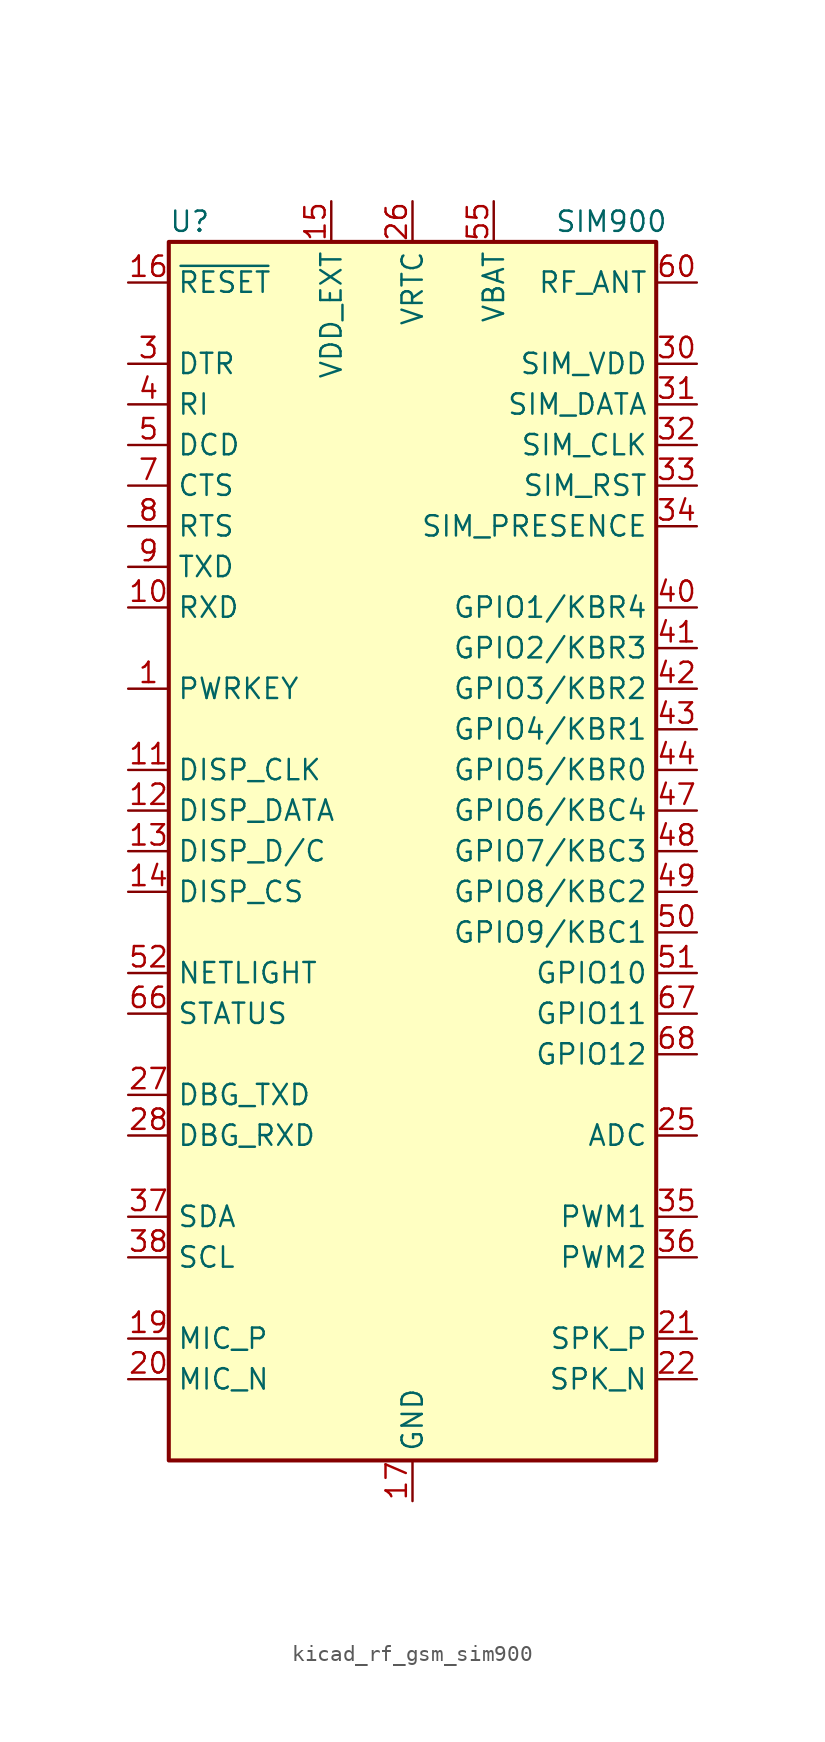
<source format=kicad_sym>
(kicad_symbol_lib
  (version 20220914)
  (generator kicad_symbol_editor)
  (symbol "kicad_rf_gsm_sim900"
    (property "Reference" "U"
      (at -15.24 39.37 0)
      (effects (font (size 1.27 1.27)) (justify left)))
    (property "Value" "SIM900"
      (at 8.89 39.37 0)
      (effects (font (size 1.27 1.27)) (justify left)))
    (symbol "kicad_rf_gsm_sim900_0_1"
      (rectangle (start -15.24 38.1) (end 15.24 -38.1) (stroke (width 0.254) (type default)) (fill (type background))))
    (symbol "kicad_rf_gsm_sim900_1_1"
      (pin input line (at -17.78 10.16 0) (length 2.54) (name "PWRKEY" (effects (font (size 1.27 1.27)))) (number "1" (effects (font (size 1.27 1.27)))))
      (pin input line (at -17.78 15.24 0) (length 2.54) (name "RXD" (effects (font (size 1.27 1.27)))) (number "10" (effects (font (size 1.27 1.27)))))
      (pin output line (at -17.78 5.08 0) (length 2.54) (name "DISP_CLK" (effects (font (size 1.27 1.27)))) (number "11" (effects (font (size 1.27 1.27)))))
      (pin bidirectional line (at -17.78 2.54 0) (length 2.54) (name "DISP_DATA" (effects (font (size 1.27 1.27)))) (number "12" (effects (font (size 1.27 1.27)))))
      (pin output line (at -17.78 0 0) (length 2.54) (name "DISP_D/C" (effects (font (size 1.27 1.27)))) (number "13" (effects (font (size 1.27 1.27)))))
      (pin output line (at -17.78 -2.54 0) (length 2.54) (name "DISP_CS" (effects (font (size 1.27 1.27)))) (number "14" (effects (font (size 1.27 1.27)))))
      (pin power_out line (at -5.08 40.64 270) (length 2.54) (name "VDD_EXT" (effects (font (size 1.27 1.27)))) (number "15" (effects (font (size 1.27 1.27)))))
      (pin input line (at -17.78 35.56 0) (length 2.54) (name "~{RESET}" (effects (font (size 1.27 1.27)))) (number "16" (effects (font (size 1.27 1.27)))))
      (pin power_in line (at 0 -40.64 90) (length 2.54) (name "GND" (effects (font (size 1.27 1.27)))) (number "17" (effects (font (size 1.27 1.27)))))
      (pin passive line (at 0 -40.64 90) (length 2.54) hide (name "GND" (effects (font (size 1.27 1.27)))) (number "18" (effects (font (size 1.27 1.27)))))
      (pin input line (at -17.78 -30.48 0) (length 2.54) (name "MIC_P" (effects (font (size 1.27 1.27)))) (number "19" (effects (font (size 1.27 1.27)))))
      (pin no_connect line (at 15.24 33.02 180) (length 2.54) hide (name "NC" (effects (font (size 1.27 1.27)))) (number "2" (effects (font (size 1.27 1.27)))))
      (pin input line (at -17.78 -33.02 0) (length 2.54) (name "MIC_N" (effects (font (size 1.27 1.27)))) (number "20" (effects (font (size 1.27 1.27)))))
      (pin output line (at 17.78 -30.48 180) (length 2.54) (name "SPK_P" (effects (font (size 1.27 1.27)))) (number "21" (effects (font (size 1.27 1.27)))))
      (pin output line (at 17.78 -33.02 180) (length 2.54) (name "SPK_N" (effects (font (size 1.27 1.27)))) (number "22" (effects (font (size 1.27 1.27)))))
      (pin no_connect line (at 15.24 -15.24 180) (length 2.54) hide (name "NC" (effects (font (size 1.27 1.27)))) (number "23" (effects (font (size 1.27 1.27)))))
      (pin no_connect line (at 15.24 -27.94 180) (length 2.54) hide (name "NC" (effects (font (size 1.27 1.27)))) (number "24" (effects (font (size 1.27 1.27)))))
      (pin input line (at 17.78 -17.78 180) (length 2.54) (name "ADC" (effects (font (size 1.27 1.27)))) (number "25" (effects (font (size 1.27 1.27)))))
      (pin power_in line (at 0 40.64 270) (length 2.54) (name "VRTC" (effects (font (size 1.27 1.27)))) (number "26" (effects (font (size 1.27 1.27)))))
      (pin output line (at -17.78 -15.24 0) (length 2.54) (name "DBG_TXD" (effects (font (size 1.27 1.27)))) (number "27" (effects (font (size 1.27 1.27)))))
      (pin input line (at -17.78 -17.78 0) (length 2.54) (name "DBG_RXD" (effects (font (size 1.27 1.27)))) (number "28" (effects (font (size 1.27 1.27)))))
      (pin passive line (at 0 -40.64 90) (length 2.54) hide (name "GND" (effects (font (size 1.27 1.27)))) (number "29" (effects (font (size 1.27 1.27)))))
      (pin input line (at -17.78 30.48 0) (length 2.54) (name "DTR" (effects (font (size 1.27 1.27)))) (number "3" (effects (font (size 1.27 1.27)))))
      (pin power_out line (at 17.78 30.48 180) (length 2.54) (name "SIM_VDD" (effects (font (size 1.27 1.27)))) (number "30" (effects (font (size 1.27 1.27)))))
      (pin bidirectional line (at 17.78 27.94 180) (length 2.54) (name "SIM_DATA" (effects (font (size 1.27 1.27)))) (number "31" (effects (font (size 1.27 1.27)))))
      (pin output line (at 17.78 25.4 180) (length 2.54) (name "SIM_CLK" (effects (font (size 1.27 1.27)))) (number "32" (effects (font (size 1.27 1.27)))))
      (pin output line (at 17.78 22.86 180) (length 2.54) (name "SIM_RST" (effects (font (size 1.27 1.27)))) (number "33" (effects (font (size 1.27 1.27)))))
      (pin input line (at 17.78 20.32 180) (length 2.54) (name "SIM_PRESENCE" (effects (font (size 1.27 1.27)))) (number "34" (effects (font (size 1.27 1.27)))))
      (pin output line (at 17.78 -22.86 180) (length 2.54) (name "PWM1" (effects (font (size 1.27 1.27)))) (number "35" (effects (font (size 1.27 1.27)))))
      (pin output line (at 17.78 -25.4 180) (length 2.54) (name "PWM2" (effects (font (size 1.27 1.27)))) (number "36" (effects (font (size 1.27 1.27)))))
      (pin bidirectional line (at -17.78 -22.86 0) (length 2.54) (name "SDA" (effects (font (size 1.27 1.27)))) (number "37" (effects (font (size 1.27 1.27)))))
      (pin output line (at -17.78 -25.4 0) (length 2.54) (name "SCL" (effects (font (size 1.27 1.27)))) (number "38" (effects (font (size 1.27 1.27)))))
      (pin passive line (at 0 -40.64 90) (length 2.54) hide (name "GND" (effects (font (size 1.27 1.27)))) (number "39" (effects (font (size 1.27 1.27)))))
      (pin output line (at -17.78 27.94 0) (length 2.54) (name "RI" (effects (font (size 1.27 1.27)))) (number "4" (effects (font (size 1.27 1.27)))))
      (pin bidirectional line (at 17.78 15.24 180) (length 2.54) (name "GPIO1/KBR4" (effects (font (size 1.27 1.27)))) (number "40" (effects (font (size 1.27 1.27)))))
      (pin bidirectional line (at 17.78 12.7 180) (length 2.54) (name "GPIO2/KBR3" (effects (font (size 1.27 1.27)))) (number "41" (effects (font (size 1.27 1.27)))))
      (pin bidirectional line (at 17.78 10.16 180) (length 2.54) (name "GPIO3/KBR2" (effects (font (size 1.27 1.27)))) (number "42" (effects (font (size 1.27 1.27)))))
      (pin bidirectional line (at 17.78 7.62 180) (length 2.54) (name "GPIO4/KBR1" (effects (font (size 1.27 1.27)))) (number "43" (effects (font (size 1.27 1.27)))))
      (pin bidirectional line (at 17.78 5.08 180) (length 2.54) (name "GPIO5/KBR0" (effects (font (size 1.27 1.27)))) (number "44" (effects (font (size 1.27 1.27)))))
      (pin passive line (at 0 -40.64 90) (length 2.54) hide (name "GND" (effects (font (size 1.27 1.27)))) (number "45" (effects (font (size 1.27 1.27)))))
      (pin passive line (at 0 -40.64 90) (length 2.54) hide (name "GND" (effects (font (size 1.27 1.27)))) (number "46" (effects (font (size 1.27 1.27)))))
      (pin bidirectional line (at 17.78 2.54 180) (length 2.54) (name "GPIO6/KBC4" (effects (font (size 1.27 1.27)))) (number "47" (effects (font (size 1.27 1.27)))))
      (pin bidirectional line (at 17.78 0 180) (length 2.54) (name "GPIO7/KBC3" (effects (font (size 1.27 1.27)))) (number "48" (effects (font (size 1.27 1.27)))))
      (pin bidirectional line (at 17.78 -2.54 180) (length 2.54) (name "GPIO8/KBC2" (effects (font (size 1.27 1.27)))) (number "49" (effects (font (size 1.27 1.27)))))
      (pin output line (at -17.78 25.4 0) (length 2.54) (name "DCD" (effects (font (size 1.27 1.27)))) (number "5" (effects (font (size 1.27 1.27)))))
      (pin bidirectional line (at 17.78 -5.08 180) (length 2.54) (name "GPIO9/KBC1" (effects (font (size 1.27 1.27)))) (number "50" (effects (font (size 1.27 1.27)))))
      (pin bidirectional line (at 17.78 -7.62 180) (length 2.54) (name "GPIO10" (effects (font (size 1.27 1.27)))) (number "51" (effects (font (size 1.27 1.27)))))
      (pin output line (at -17.78 -7.62 0) (length 2.54) (name "NETLIGHT" (effects (font (size 1.27 1.27)))) (number "52" (effects (font (size 1.27 1.27)))))
      (pin passive line (at 0 -40.64 90) (length 2.54) hide (name "GND" (effects (font (size 1.27 1.27)))) (number "53" (effects (font (size 1.27 1.27)))))
      (pin passive line (at 0 -40.64 90) (length 2.54) hide (name "GND" (effects (font (size 1.27 1.27)))) (number "54" (effects (font (size 1.27 1.27)))))
      (pin power_in line (at 5.08 40.64 270) (length 2.54) (name "VBAT" (effects (font (size 1.27 1.27)))) (number "55" (effects (font (size 1.27 1.27)))))
      (pin passive line (at 5.08 40.64 270) (length 2.54) hide (name "VBAT" (effects (font (size 1.27 1.27)))) (number "56" (effects (font (size 1.27 1.27)))))
      (pin passive line (at 5.08 40.64 270) (length 2.54) hide (name "VBAT" (effects (font (size 1.27 1.27)))) (number "57" (effects (font (size 1.27 1.27)))))
      (pin passive line (at 0 -40.64 90) (length 2.54) hide (name "GND" (effects (font (size 1.27 1.27)))) (number "58" (effects (font (size 1.27 1.27)))))
      (pin passive line (at 0 -40.64 90) (length 2.54) hide (name "GND" (effects (font (size 1.27 1.27)))) (number "59" (effects (font (size 1.27 1.27)))))
      (pin no_connect line (at 15.24 17.78 180) (length 2.54) hide (name "NC" (effects (font (size 1.27 1.27)))) (number "6" (effects (font (size 1.27 1.27)))))
      (pin passive line (at 17.78 35.56 180) (length 2.54) (name "RF_ANT" (effects (font (size 1.27 1.27)))) (number "60" (effects (font (size 1.27 1.27)))))
      (pin passive line (at 0 -40.64 90) (length 2.54) hide (name "GND" (effects (font (size 1.27 1.27)))) (number "61" (effects (font (size 1.27 1.27)))))
      (pin passive line (at 0 -40.64 90) (length 2.54) hide (name "GND" (effects (font (size 1.27 1.27)))) (number "62" (effects (font (size 1.27 1.27)))))
      (pin passive line (at 0 -40.64 90) (length 2.54) hide (name "GND" (effects (font (size 1.27 1.27)))) (number "63" (effects (font (size 1.27 1.27)))))
      (pin passive line (at 0 -40.64 90) (length 2.54) hide (name "GND" (effects (font (size 1.27 1.27)))) (number "64" (effects (font (size 1.27 1.27)))))
      (pin passive line (at 0 -40.64 90) (length 2.54) hide (name "GND" (effects (font (size 1.27 1.27)))) (number "65" (effects (font (size 1.27 1.27)))))
      (pin output line (at -17.78 -10.16 0) (length 2.54) (name "STATUS" (effects (font (size 1.27 1.27)))) (number "66" (effects (font (size 1.27 1.27)))))
      (pin bidirectional line (at 17.78 -10.16 180) (length 2.54) (name "GPIO11" (effects (font (size 1.27 1.27)))) (number "67" (effects (font (size 1.27 1.27)))))
      (pin bidirectional line (at 17.78 -12.7 180) (length 2.54) (name "GPIO12" (effects (font (size 1.27 1.27)))) (number "68" (effects (font (size 1.27 1.27)))))
      (pin output line (at -17.78 22.86 0) (length 2.54) (name "CTS" (effects (font (size 1.27 1.27)))) (number "7" (effects (font (size 1.27 1.27)))))
      (pin input line (at -17.78 20.32 0) (length 2.54) (name "RTS" (effects (font (size 1.27 1.27)))) (number "8" (effects (font (size 1.27 1.27)))))
      (pin output line (at -17.78 17.78 0) (length 2.54) (name "TXD" (effects (font (size 1.27 1.27)))) (number "9" (effects (font (size 1.27 1.27))))))))
</source>
